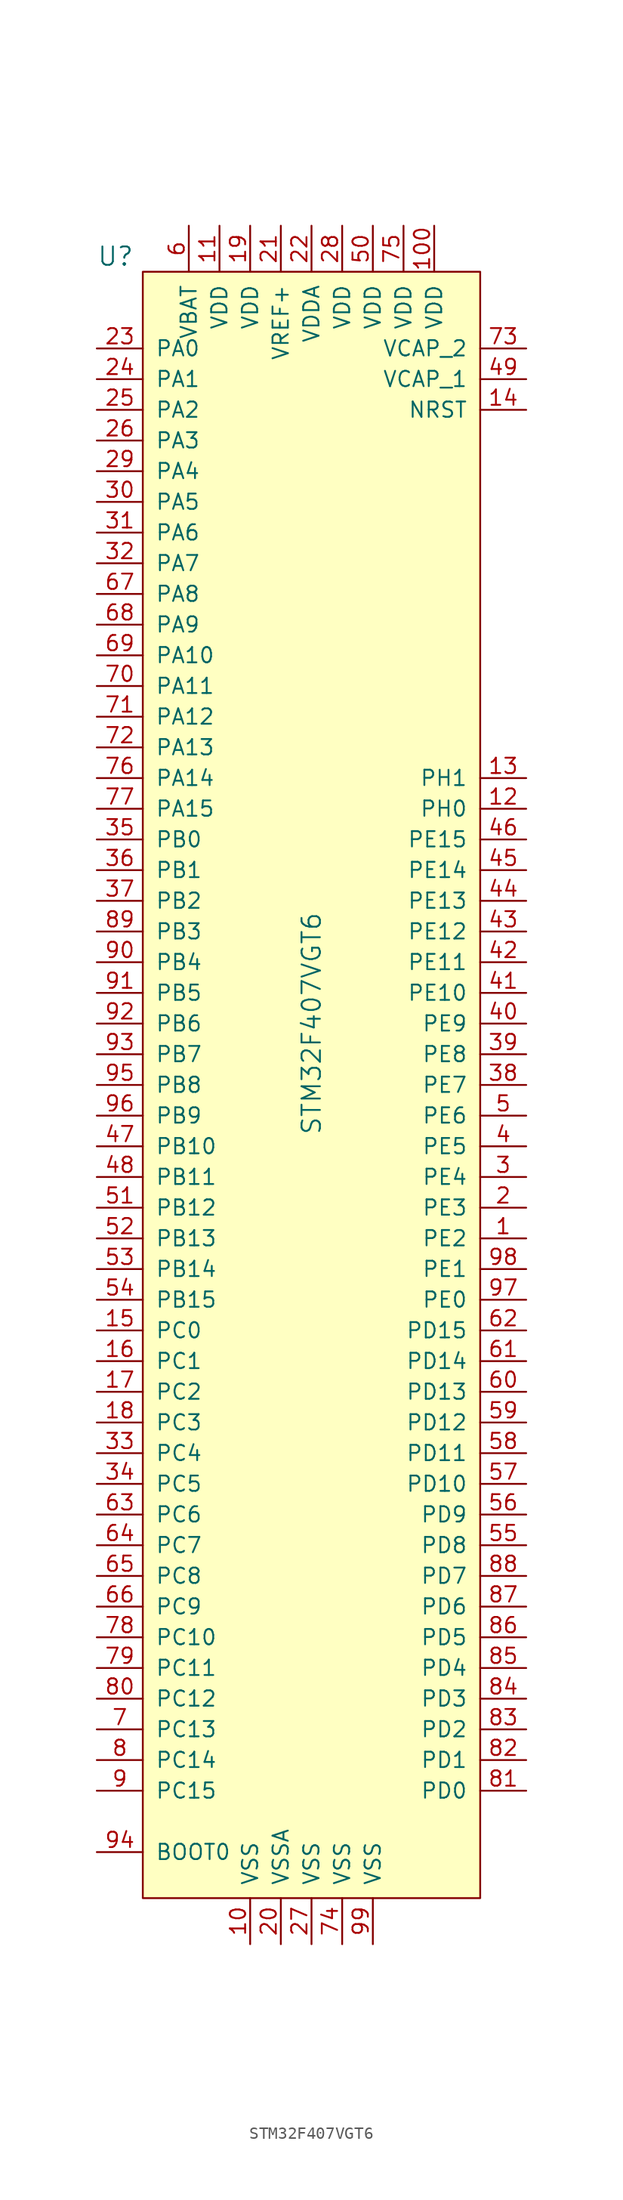
<source format=kicad_sym>
(kicad_symbol_lib
  (version 20231120)
  (generator "kicad_symbol_editor")
  (generator_version "8.0")
  (symbol "STM32F407VGT6"
    (pin_names
      (offset 1.016))
    (property "Reference" "U"
      (at -17.78 60.96 0)
      (effects (font (size 1.524 1.524)) (justify left)))
    (property "Value" "STM32F407VGT6"
      (at 0 -2.54 90)
      (effects (font (size 1.524 1.524))))
    (symbol "STM32F407VGT6_0_1"
      (rectangle (start -13.97 59.69) (end 13.97 -74.93) (stroke (width 0) (type default)) (fill (type background))))
    (symbol "STM32F407VGT6_1_1"
      (pin bidirectional line (at 17.78 -20.32 180) (length 3.81) (name "PE2" (effects (font (size 1.27 1.27)))) (number "1" (effects (font (size 1.27 1.27)))))
      (pin power_in line (at -5.08 -78.74 90) (length 3.81) (name "VSS" (effects (font (size 1.27 1.27)))) (number "10" (effects (font (size 1.27 1.27)))))
      (pin power_in line (at 10.16 63.5 270) (length 3.81) (name "VDD" (effects (font (size 1.27 1.27)))) (number "100" (effects (font (size 1.27 1.27)))))
      (pin power_in line (at -7.62 63.5 270) (length 3.81) (name "VDD" (effects (font (size 1.27 1.27)))) (number "11" (effects (font (size 1.27 1.27)))))
      (pin bidirectional line (at 17.78 15.24 180) (length 3.81) (name "PH0" (effects (font (size 1.27 1.27)))) (number "12" (effects (font (size 1.27 1.27)))))
      (pin bidirectional line (at 17.78 17.78 180) (length 3.81) (name "PH1" (effects (font (size 1.27 1.27)))) (number "13" (effects (font (size 1.27 1.27)))))
      (pin bidirectional line (at 17.78 48.26 180) (length 3.81) (name "NRST" (effects (font (size 1.27 1.27)))) (number "14" (effects (font (size 1.27 1.27)))))
      (pin bidirectional line (at -17.78 -27.94 0) (length 3.81) (name "PC0" (effects (font (size 1.27 1.27)))) (number "15" (effects (font (size 1.27 1.27)))))
      (pin bidirectional line (at -17.78 -30.48 0) (length 3.81) (name "PC1" (effects (font (size 1.27 1.27)))) (number "16" (effects (font (size 1.27 1.27)))))
      (pin bidirectional line (at -17.78 -33.02 0) (length 3.81) (name "PC2" (effects (font (size 1.27 1.27)))) (number "17" (effects (font (size 1.27 1.27)))))
      (pin bidirectional line (at -17.78 -35.56 0) (length 3.81) (name "PC3" (effects (font (size 1.27 1.27)))) (number "18" (effects (font (size 1.27 1.27)))))
      (pin power_in line (at -5.08 63.5 270) (length 3.81) (name "VDD" (effects (font (size 1.27 1.27)))) (number "19" (effects (font (size 1.27 1.27)))))
      (pin bidirectional line (at 17.78 -17.78 180) (length 3.81) (name "PE3" (effects (font (size 1.27 1.27)))) (number "2" (effects (font (size 1.27 1.27)))))
      (pin power_in line (at -2.54 -78.74 90) (length 3.81) (name "VSSA" (effects (font (size 1.27 1.27)))) (number "20" (effects (font (size 1.27 1.27)))))
      (pin power_in line (at -2.54 63.5 270) (length 3.81) (name "VREF+" (effects (font (size 1.27 1.27)))) (number "21" (effects (font (size 1.27 1.27)))))
      (pin power_in line (at 0 63.5 270) (length 3.81) (name "VDDA" (effects (font (size 1.27 1.27)))) (number "22" (effects (font (size 1.27 1.27)))))
      (pin bidirectional line (at -17.78 53.34 0) (length 3.81) (name "PA0" (effects (font (size 1.27 1.27)))) (number "23" (effects (font (size 1.27 1.27)))))
      (pin bidirectional line (at -17.78 50.8 0) (length 3.81) (name "PA1" (effects (font (size 1.27 1.27)))) (number "24" (effects (font (size 1.27 1.27)))))
      (pin bidirectional line (at -17.78 48.26 0) (length 3.81) (name "PA2" (effects (font (size 1.27 1.27)))) (number "25" (effects (font (size 1.27 1.27)))))
      (pin bidirectional line (at -17.78 45.72 0) (length 3.81) (name "PA3" (effects (font (size 1.27 1.27)))) (number "26" (effects (font (size 1.27 1.27)))))
      (pin power_in line (at 0 -78.74 90) (length 3.81) (name "VSS" (effects (font (size 1.27 1.27)))) (number "27" (effects (font (size 1.27 1.27)))))
      (pin power_in line (at 2.54 63.5 270) (length 3.81) (name "VDD" (effects (font (size 1.27 1.27)))) (number "28" (effects (font (size 1.27 1.27)))))
      (pin bidirectional line (at -17.78 43.18 0) (length 3.81) (name "PA4" (effects (font (size 1.27 1.27)))) (number "29" (effects (font (size 1.27 1.27)))))
      (pin bidirectional line (at 17.78 -15.24 180) (length 3.81) (name "PE4" (effects (font (size 1.27 1.27)))) (number "3" (effects (font (size 1.27 1.27)))))
      (pin bidirectional line (at -17.78 40.64 0) (length 3.81) (name "PA5" (effects (font (size 1.27 1.27)))) (number "30" (effects (font (size 1.27 1.27)))))
      (pin bidirectional line (at -17.78 38.1 0) (length 3.81) (name "PA6" (effects (font (size 1.27 1.27)))) (number "31" (effects (font (size 1.27 1.27)))))
      (pin bidirectional line (at -17.78 35.56 0) (length 3.81) (name "PA7" (effects (font (size 1.27 1.27)))) (number "32" (effects (font (size 1.27 1.27)))))
      (pin bidirectional line (at -17.78 -38.1 0) (length 3.81) (name "PC4" (effects (font (size 1.27 1.27)))) (number "33" (effects (font (size 1.27 1.27)))))
      (pin bidirectional line (at -17.78 -40.64 0) (length 3.81) (name "PC5" (effects (font (size 1.27 1.27)))) (number "34" (effects (font (size 1.27 1.27)))))
      (pin bidirectional line (at -17.78 12.7 0) (length 3.81) (name "PB0" (effects (font (size 1.27 1.27)))) (number "35" (effects (font (size 1.27 1.27)))))
      (pin bidirectional line (at -17.78 10.16 0) (length 3.81) (name "PB1" (effects (font (size 1.27 1.27)))) (number "36" (effects (font (size 1.27 1.27)))))
      (pin bidirectional line (at -17.78 7.62 0) (length 3.81) (name "PB2" (effects (font (size 1.27 1.27)))) (number "37" (effects (font (size 1.27 1.27)))))
      (pin bidirectional line (at 17.78 -7.62 180) (length 3.81) (name "PE7" (effects (font (size 1.27 1.27)))) (number "38" (effects (font (size 1.27 1.27)))))
      (pin bidirectional line (at 17.78 -5.08 180) (length 3.81) (name "PE8" (effects (font (size 1.27 1.27)))) (number "39" (effects (font (size 1.27 1.27)))))
      (pin bidirectional line (at 17.78 -12.7 180) (length 3.81) (name "PE5" (effects (font (size 1.27 1.27)))) (number "4" (effects (font (size 1.27 1.27)))))
      (pin bidirectional line (at 17.78 -2.54 180) (length 3.81) (name "PE9" (effects (font (size 1.27 1.27)))) (number "40" (effects (font (size 1.27 1.27)))))
      (pin bidirectional line (at 17.78 0 180) (length 3.81) (name "PE10" (effects (font (size 1.27 1.27)))) (number "41" (effects (font (size 1.27 1.27)))))
      (pin bidirectional line (at 17.78 2.54 180) (length 3.81) (name "PE11" (effects (font (size 1.27 1.27)))) (number "42" (effects (font (size 1.27 1.27)))))
      (pin bidirectional line (at 17.78 5.08 180) (length 3.81) (name "PE12" (effects (font (size 1.27 1.27)))) (number "43" (effects (font (size 1.27 1.27)))))
      (pin bidirectional line (at 17.78 7.62 180) (length 3.81) (name "PE13" (effects (font (size 1.27 1.27)))) (number "44" (effects (font (size 1.27 1.27)))))
      (pin bidirectional line (at 17.78 10.16 180) (length 3.81) (name "PE14" (effects (font (size 1.27 1.27)))) (number "45" (effects (font (size 1.27 1.27)))))
      (pin bidirectional line (at 17.78 12.7 180) (length 3.81) (name "PE15" (effects (font (size 1.27 1.27)))) (number "46" (effects (font (size 1.27 1.27)))))
      (pin bidirectional line (at -17.78 -12.7 0) (length 3.81) (name "PB10" (effects (font (size 1.27 1.27)))) (number "47" (effects (font (size 1.27 1.27)))))
      (pin bidirectional line (at -17.78 -15.24 0) (length 3.81) (name "PB11" (effects (font (size 1.27 1.27)))) (number "48" (effects (font (size 1.27 1.27)))))
      (pin passive line (at 17.78 50.8 180) (length 3.81) (name "VCAP_1" (effects (font (size 1.27 1.27)))) (number "49" (effects (font (size 1.27 1.27)))))
      (pin bidirectional line (at 17.78 -10.16 180) (length 3.81) (name "PE6" (effects (font (size 1.27 1.27)))) (number "5" (effects (font (size 1.27 1.27)))))
      (pin power_in line (at 5.08 63.5 270) (length 3.81) (name "VDD" (effects (font (size 1.27 1.27)))) (number "50" (effects (font (size 1.27 1.27)))))
      (pin bidirectional line (at -17.78 -17.78 0) (length 3.81) (name "PB12" (effects (font (size 1.27 1.27)))) (number "51" (effects (font (size 1.27 1.27)))))
      (pin bidirectional line (at -17.78 -20.32 0) (length 3.81) (name "PB13" (effects (font (size 1.27 1.27)))) (number "52" (effects (font (size 1.27 1.27)))))
      (pin bidirectional line (at -17.78 -22.86 0) (length 3.81) (name "PB14" (effects (font (size 1.27 1.27)))) (number "53" (effects (font (size 1.27 1.27)))))
      (pin bidirectional line (at -17.78 -25.4 0) (length 3.81) (name "PB15" (effects (font (size 1.27 1.27)))) (number "54" (effects (font (size 1.27 1.27)))))
      (pin bidirectional line (at 17.78 -45.72 180) (length 3.81) (name "PD8" (effects (font (size 1.27 1.27)))) (number "55" (effects (font (size 1.27 1.27)))))
      (pin bidirectional line (at 17.78 -43.18 180) (length 3.81) (name "PD9" (effects (font (size 1.27 1.27)))) (number "56" (effects (font (size 1.27 1.27)))))
      (pin bidirectional line (at 17.78 -40.64 180) (length 3.81) (name "PD10" (effects (font (size 1.27 1.27)))) (number "57" (effects (font (size 1.27 1.27)))))
      (pin bidirectional line (at 17.78 -38.1 180) (length 3.81) (name "PD11" (effects (font (size 1.27 1.27)))) (number "58" (effects (font (size 1.27 1.27)))))
      (pin bidirectional line (at 17.78 -35.56 180) (length 3.81) (name "PD12" (effects (font (size 1.27 1.27)))) (number "59" (effects (font (size 1.27 1.27)))))
      (pin power_in line (at -10.16 63.5 270) (length 3.81) (name "VBAT" (effects (font (size 1.27 1.27)))) (number "6" (effects (font (size 1.27 1.27)))))
      (pin bidirectional line (at 17.78 -33.02 180) (length 3.81) (name "PD13" (effects (font (size 1.27 1.27)))) (number "60" (effects (font (size 1.27 1.27)))))
      (pin bidirectional line (at 17.78 -30.48 180) (length 3.81) (name "PD14" (effects (font (size 1.27 1.27)))) (number "61" (effects (font (size 1.27 1.27)))))
      (pin bidirectional line (at 17.78 -27.94 180) (length 3.81) (name "PD15" (effects (font (size 1.27 1.27)))) (number "62" (effects (font (size 1.27 1.27)))))
      (pin bidirectional line (at -17.78 -43.18 0) (length 3.81) (name "PC6" (effects (font (size 1.27 1.27)))) (number "63" (effects (font (size 1.27 1.27)))))
      (pin bidirectional line (at -17.78 -45.72 0) (length 3.81) (name "PC7" (effects (font (size 1.27 1.27)))) (number "64" (effects (font (size 1.27 1.27)))))
      (pin bidirectional line (at -17.78 -48.26 0) (length 3.81) (name "PC8" (effects (font (size 1.27 1.27)))) (number "65" (effects (font (size 1.27 1.27)))))
      (pin bidirectional line (at -17.78 -50.8 0) (length 3.81) (name "PC9" (effects (font (size 1.27 1.27)))) (number "66" (effects (font (size 1.27 1.27)))))
      (pin bidirectional line (at -17.78 33.02 0) (length 3.81) (name "PA8" (effects (font (size 1.27 1.27)))) (number "67" (effects (font (size 1.27 1.27)))))
      (pin bidirectional line (at -17.78 30.48 0) (length 3.81) (name "PA9" (effects (font (size 1.27 1.27)))) (number "68" (effects (font (size 1.27 1.27)))))
      (pin bidirectional line (at -17.78 27.94 0) (length 3.81) (name "PA10" (effects (font (size 1.27 1.27)))) (number "69" (effects (font (size 1.27 1.27)))))
      (pin bidirectional line (at -17.78 -60.96 0) (length 3.81) (name "PC13" (effects (font (size 1.27 1.27)))) (number "7" (effects (font (size 1.27 1.27)))))
      (pin bidirectional line (at -17.78 25.4 0) (length 3.81) (name "PA11" (effects (font (size 1.27 1.27)))) (number "70" (effects (font (size 1.27 1.27)))))
      (pin bidirectional line (at -17.78 22.86 0) (length 3.81) (name "PA12" (effects (font (size 1.27 1.27)))) (number "71" (effects (font (size 1.27 1.27)))))
      (pin bidirectional line (at -17.78 20.32 0) (length 3.81) (name "PA13" (effects (font (size 1.27 1.27)))) (number "72" (effects (font (size 1.27 1.27)))))
      (pin passive line (at 17.78 53.34 180) (length 3.81) (name "VCAP_2" (effects (font (size 1.27 1.27)))) (number "73" (effects (font (size 1.27 1.27)))))
      (pin power_in line (at 2.54 -78.74 90) (length 3.81) (name "VSS" (effects (font (size 1.27 1.27)))) (number "74" (effects (font (size 1.27 1.27)))))
      (pin power_in line (at 7.62 63.5 270) (length 3.81) (name "VDD" (effects (font (size 1.27 1.27)))) (number "75" (effects (font (size 1.27 1.27)))))
      (pin bidirectional line (at -17.78 17.78 0) (length 3.81) (name "PA14" (effects (font (size 1.27 1.27)))) (number "76" (effects (font (size 1.27 1.27)))))
      (pin bidirectional line (at -17.78 15.24 0) (length 3.81) (name "PA15" (effects (font (size 1.27 1.27)))) (number "77" (effects (font (size 1.27 1.27)))))
      (pin bidirectional line (at -17.78 -53.34 0) (length 3.81) (name "PC10" (effects (font (size 1.27 1.27)))) (number "78" (effects (font (size 1.27 1.27)))))
      (pin bidirectional line (at -17.78 -55.88 0) (length 3.81) (name "PC11" (effects (font (size 1.27 1.27)))) (number "79" (effects (font (size 1.27 1.27)))))
      (pin bidirectional line (at -17.78 -63.5 0) (length 3.81) (name "PC14" (effects (font (size 1.27 1.27)))) (number "8" (effects (font (size 1.27 1.27)))))
      (pin bidirectional line (at -17.78 -58.42 0) (length 3.81) (name "PC12" (effects (font (size 1.27 1.27)))) (number "80" (effects (font (size 1.27 1.27)))))
      (pin bidirectional line (at 17.78 -66.04 180) (length 3.81) (name "PD0" (effects (font (size 1.27 1.27)))) (number "81" (effects (font (size 1.27 1.27)))))
      (pin bidirectional line (at 17.78 -63.5 180) (length 3.81) (name "PD1" (effects (font (size 1.27 1.27)))) (number "82" (effects (font (size 1.27 1.27)))))
      (pin bidirectional line (at 17.78 -60.96 180) (length 3.81) (name "PD2" (effects (font (size 1.27 1.27)))) (number "83" (effects (font (size 1.27 1.27)))))
      (pin bidirectional line (at 17.78 -58.42 180) (length 3.81) (name "PD3" (effects (font (size 1.27 1.27)))) (number "84" (effects (font (size 1.27 1.27)))))
      (pin bidirectional line (at 17.78 -55.88 180) (length 3.81) (name "PD4" (effects (font (size 1.27 1.27)))) (number "85" (effects (font (size 1.27 1.27)))))
      (pin bidirectional line (at 17.78 -53.34 180) (length 3.81) (name "PD5" (effects (font (size 1.27 1.27)))) (number "86" (effects (font (size 1.27 1.27)))))
      (pin bidirectional line (at 17.78 -50.8 180) (length 3.81) (name "PD6" (effects (font (size 1.27 1.27)))) (number "87" (effects (font (size 1.27 1.27)))))
      (pin bidirectional line (at 17.78 -48.26 180) (length 3.81) (name "PD7" (effects (font (size 1.27 1.27)))) (number "88" (effects (font (size 1.27 1.27)))))
      (pin bidirectional line (at -17.78 5.08 0) (length 3.81) (name "PB3" (effects (font (size 1.27 1.27)))) (number "89" (effects (font (size 1.27 1.27)))))
      (pin bidirectional line (at -17.78 -66.04 0) (length 3.81) (name "PC15" (effects (font (size 1.27 1.27)))) (number "9" (effects (font (size 1.27 1.27)))))
      (pin bidirectional line (at -17.78 2.54 0) (length 3.81) (name "PB4" (effects (font (size 1.27 1.27)))) (number "90" (effects (font (size 1.27 1.27)))))
      (pin bidirectional line (at -17.78 0 0) (length 3.81) (name "PB5" (effects (font (size 1.27 1.27)))) (number "91" (effects (font (size 1.27 1.27)))))
      (pin bidirectional line (at -17.78 -2.54 0) (length 3.81) (name "PB6" (effects (font (size 1.27 1.27)))) (number "92" (effects (font (size 1.27 1.27)))))
      (pin bidirectional line (at -17.78 -5.08 0) (length 3.81) (name "PB7" (effects (font (size 1.27 1.27)))) (number "93" (effects (font (size 1.27 1.27)))))
      (pin input line (at -17.78 -71.12 0) (length 3.81) (name "BOOT0" (effects (font (size 1.27 1.27)))) (number "94" (effects (font (size 1.27 1.27)))))
      (pin bidirectional line (at -17.78 -7.62 0) (length 3.81) (name "PB8" (effects (font (size 1.27 1.27)))) (number "95" (effects (font (size 1.27 1.27)))))
      (pin bidirectional line (at -17.78 -10.16 0) (length 3.81) (name "PB9" (effects (font (size 1.27 1.27)))) (number "96" (effects (font (size 1.27 1.27)))))
      (pin bidirectional line (at 17.78 -25.4 180) (length 3.81) (name "PE0" (effects (font (size 1.27 1.27)))) (number "97" (effects (font (size 1.27 1.27)))))
      (pin bidirectional line (at 17.78 -22.86 180) (length 3.81) (name "PE1" (effects (font (size 1.27 1.27)))) (number "98" (effects (font (size 1.27 1.27)))))
      (pin power_in line (at 5.08 -78.74 90) (length 3.81) (name "VSS" (effects (font (size 1.27 1.27)))) (number "99" (effects (font (size 1.27 1.27))))))))
</source>
